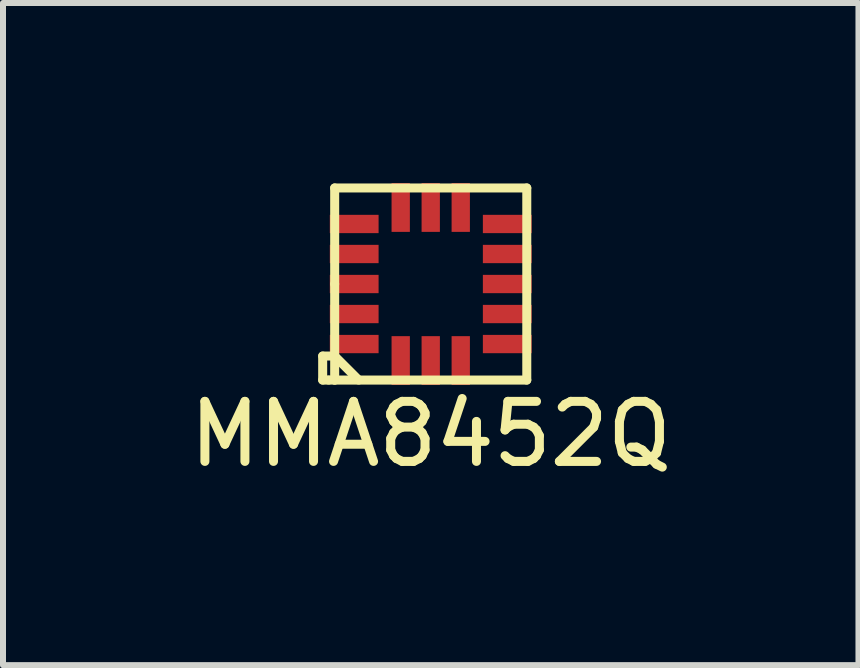
<source format=kicad_pcb>
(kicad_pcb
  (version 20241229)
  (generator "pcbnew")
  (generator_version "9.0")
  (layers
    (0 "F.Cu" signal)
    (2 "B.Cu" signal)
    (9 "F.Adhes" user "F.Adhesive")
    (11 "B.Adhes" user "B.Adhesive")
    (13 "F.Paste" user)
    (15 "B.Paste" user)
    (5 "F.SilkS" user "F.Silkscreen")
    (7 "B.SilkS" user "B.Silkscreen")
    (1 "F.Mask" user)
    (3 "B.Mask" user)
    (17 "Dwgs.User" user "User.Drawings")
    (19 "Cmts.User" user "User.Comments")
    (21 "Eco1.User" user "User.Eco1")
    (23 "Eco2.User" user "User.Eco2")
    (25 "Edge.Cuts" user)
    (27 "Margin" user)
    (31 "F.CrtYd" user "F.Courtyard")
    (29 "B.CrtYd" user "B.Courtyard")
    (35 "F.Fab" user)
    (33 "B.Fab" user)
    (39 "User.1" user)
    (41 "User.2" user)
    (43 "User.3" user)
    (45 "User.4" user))
  (footprint "MMA8452Q"
    (layer "F.Cu")
    (at 4.125 1.681)
    (property "Reference" "MMA8452Q" (at 0 2.5 0) (layer "F.SilkS") (effects (font (size 1 1) (thickness 0.15))))
    (attr through_hole)
    (fp_line (start -1.8 1.2) (end -1.6 1.2) (stroke (width 0.15) (type solid)) (layer "F.SilkS"))
    (fp_line (start -1.8 1.6) (end -1.8 1.2) (stroke (width 0.15) (type solid)) (layer "F.SilkS"))
    (fp_line (start -1.8 1.6) (end -1.7 1.6) (stroke (width 0.15) (type solid)) (layer "F.SilkS"))
    (fp_line (start -1.7 1.6) (end -1.6 1.6) (stroke (width 0.15) (type solid)) (layer "F.SilkS"))
    (fp_line (start -1.6 -1.6) (end -1.6 0) (stroke (width 0.15) (type solid)) (layer "F.SilkS"))
    (fp_line (start -1.6 0) (end -1.6 1.6) (stroke (width 0.15) (type solid)) (layer "F.SilkS"))
    (fp_line (start -1.6 1.2) (end -1.2 1.6) (stroke (width 0.15) (type solid)) (layer "F.SilkS"))
    (fp_line (start -1.6 1.6) (end 1.6 1.6) (stroke (width 0.15) (type solid)) (layer "F.SilkS"))
    (fp_line (start 1.6 -1.6) (end -1.6 -1.6) (stroke (width 0.15) (type solid)) (layer "F.SilkS"))
    (fp_line (start 1.6 1.6) (end 1.6 -1.6) (stroke (width 0.15) (type solid)) (layer "F.SilkS"))
    (pad "1" smd rect (at -1.275 1) (size 0.813 0.305) (layers "F.Cu" "F.Mask" "F.Paste"))
    (pad "2" smd rect (at -1.275 0.5) (size 0.813 0.305) (layers "F.Cu" "F.Mask" "F.Paste"))
    (pad "3" smd rect (at -1.275 0) (size 0.813 0.305) (layers "F.Cu" "F.Mask" "F.Paste"))
    (pad "4" smd rect (at -1.275 -0.5) (size 0.813 0.305) (layers "F.Cu" "F.Mask" "F.Paste"))
    (pad "5" smd rect (at -1.275 -1) (size 0.813 0.305) (layers "F.Cu" "F.Mask" "F.Paste"))
    (pad "6" smd rect (at -0.5 -1.275 90) (size 0.813 0.305) (layers "F.Cu" "F.Mask" "F.Paste"))
    (pad "7" smd rect (at 0 -1.275 90) (size 0.813 0.305) (layers "F.Cu" "F.Mask" "F.Paste"))
    (pad "8" smd rect (at 0.5 -1.275 90) (size 0.813 0.305) (layers "F.Cu" "F.Mask" "F.Paste"))
    (pad "9" smd rect (at 1.275 -1) (size 0.813 0.305) (layers "F.Cu" "F.Mask" "F.Paste"))
    (pad "10" smd rect (at 1.275 -0.5) (size 0.813 0.305) (layers "F.Cu" "F.Mask" "F.Paste"))
    (pad "11" smd rect (at 1.275 0) (size 0.813 0.305) (layers "F.Cu" "F.Mask" "F.Paste"))
    (pad "12" smd rect (at 1.275 0.5) (size 0.813 0.305) (layers "F.Cu" "F.Mask" "F.Paste"))
    (pad "13" smd rect (at 1.275 1) (size 0.813 0.305) (layers "F.Cu" "F.Mask" "F.Paste"))
    (pad "14" smd rect (at 0.5 1.275 90) (size 0.813 0.305) (layers "F.Cu" "F.Mask" "F.Paste"))
    (pad "15" smd rect (at 0 1.275 90) (size 0.813 0.305) (layers "F.Cu" "F.Mask" "F.Paste"))
    (pad "16" smd rect (at -0.5 1.275 90) (size 0.813 0.305) (layers "F.Cu" "F.Mask" "F.Paste")))
  (gr_rect
    (start -3 -3)
    (end 11.25 8.03)
    (stroke (width 0.1) (type default))
    (fill no)
    (layer "Edge.Cuts")))
</source>
